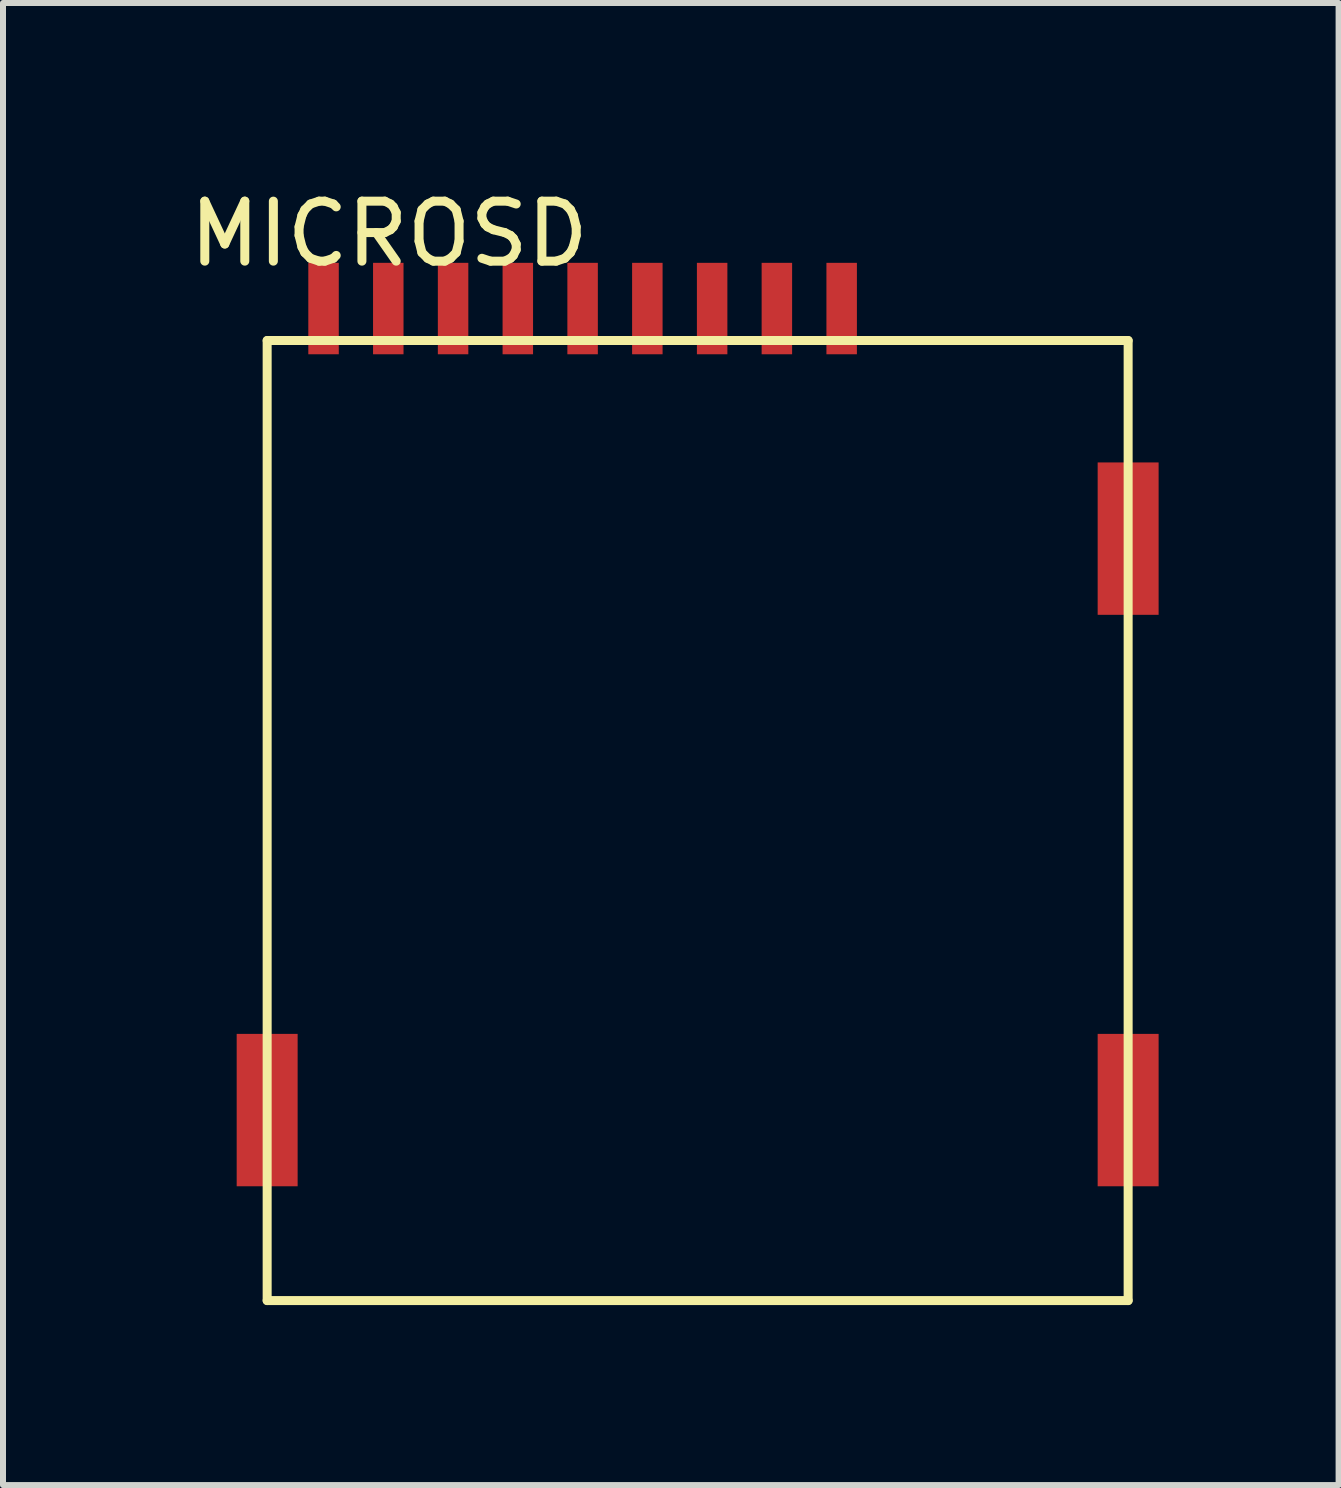
<source format=kicad_pcb>
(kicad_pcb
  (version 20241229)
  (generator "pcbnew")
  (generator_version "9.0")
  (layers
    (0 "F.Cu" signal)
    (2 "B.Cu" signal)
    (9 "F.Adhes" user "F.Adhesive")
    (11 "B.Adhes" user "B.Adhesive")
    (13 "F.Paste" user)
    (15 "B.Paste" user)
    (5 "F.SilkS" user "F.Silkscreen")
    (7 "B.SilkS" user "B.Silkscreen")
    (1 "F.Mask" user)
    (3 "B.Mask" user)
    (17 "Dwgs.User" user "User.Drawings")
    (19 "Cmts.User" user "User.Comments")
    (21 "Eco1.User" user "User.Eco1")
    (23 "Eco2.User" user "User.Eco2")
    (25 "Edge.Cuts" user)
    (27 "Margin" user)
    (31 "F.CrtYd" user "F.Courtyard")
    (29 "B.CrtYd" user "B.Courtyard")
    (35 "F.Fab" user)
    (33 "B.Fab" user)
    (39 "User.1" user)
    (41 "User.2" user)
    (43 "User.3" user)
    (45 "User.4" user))
  (footprint "MICROSD"
    (layer "F.Cu")
    (at 8.134 10.5)
    (property "Reference" "MICROSD" (at -4.699 -9.652 0) (layer "F.SilkS") (effects (font (size 1 1) (thickness 0.15))))
    (attr through_hole)
    (fp_line (start -6.731 -7.874) (end -6.731 8.128) (stroke (width 0.15) (type solid)) (layer "F.SilkS"))
    (fp_line (start -6.731 -7.874) (end 7.62 -7.874) (stroke (width 0.15) (type solid)) (layer "F.SilkS"))
    (fp_line (start -6.731 8.128) (end 7.62 8.128) (stroke (width 0.15) (type solid)) (layer "F.SilkS"))
    (fp_line (start 7.62 -7.874) (end 7.62 8.128) (stroke (width 0.15) (type solid)) (layer "F.SilkS"))
    (pad "1" smd rect (at 2.845 -8.407) (size 0.508 1.524) (layers "F.Cu" "F.Mask" "F.Paste"))
    (pad "2" smd rect (at 1.765 -8.407) (size 0.508 1.524) (layers "F.Cu" "F.Mask" "F.Paste"))
    (pad "3" smd rect (at 0.686 -8.407) (size 0.508 1.524) (layers "F.Cu" "F.Mask" "F.Paste"))
    (pad "4" smd rect (at -0.394 -8.407) (size 0.508 1.524) (layers "F.Cu" "F.Mask" "F.Paste"))
    (pad "5" smd rect (at -1.473 -8.407) (size 0.508 1.524) (layers "F.Cu" "F.Mask" "F.Paste"))
    (pad "6" smd rect (at -2.553 -8.407) (size 0.508 1.524) (layers "F.Cu" "F.Mask" "F.Paste"))
    (pad "7" smd rect (at -3.632 -8.407) (size 0.508 1.524) (layers "F.Cu" "F.Mask" "F.Paste"))
    (pad "8" smd rect (at -4.712 -8.407) (size 0.508 1.524) (layers "F.Cu" "F.Mask" "F.Paste"))
    (pad "9" smd rect (at -5.791 -8.407) (size 0.508 1.524) (layers "F.Cu" "F.Mask" "F.Paste"))
    (pad "SHEI" smd rect (at -6.731 4.953) (size 1.016 2.54) (layers "F.Cu" "F.Mask" "F.Paste"))
    (pad "SHEI" smd rect (at 7.62 -4.572) (size 1.016 2.54) (layers "F.Cu" "F.Mask" "F.Paste"))
    (pad "SHEI" smd rect (at 7.62 4.953) (size 1.016 2.54) (layers "F.Cu" "F.Mask" "F.Paste")))
  (gr_rect
    (start -3 -3)
    (end 19.262 21.703)
    (stroke (width 0.1) (type default))
    (fill no)
    (layer "Edge.Cuts")))
</source>
